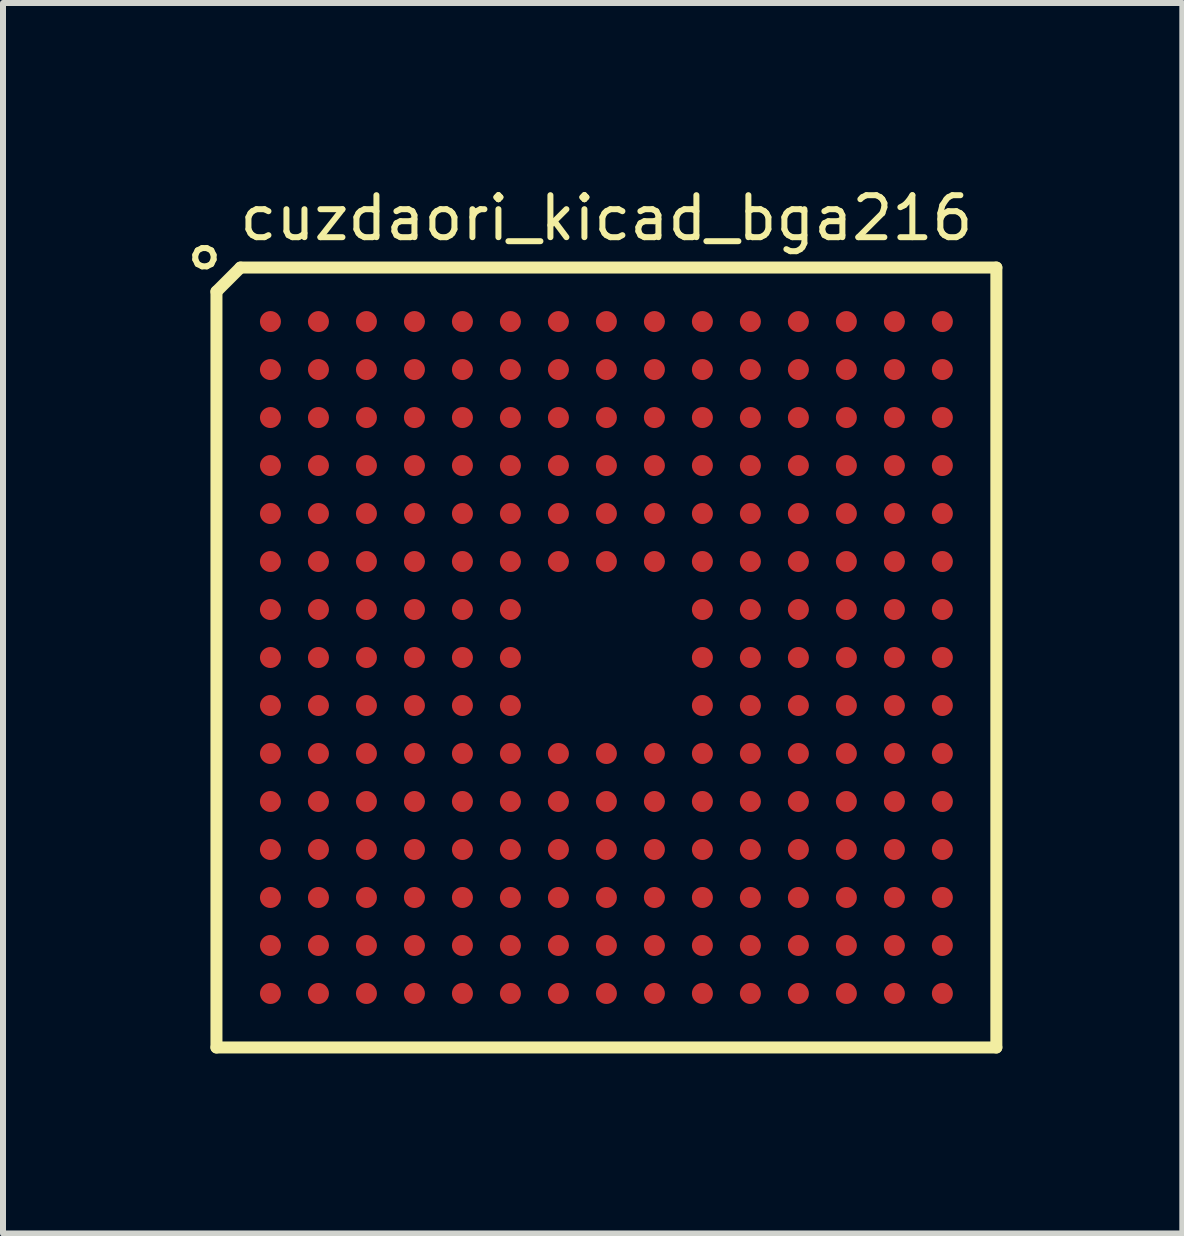
<source format=kicad_pcb>
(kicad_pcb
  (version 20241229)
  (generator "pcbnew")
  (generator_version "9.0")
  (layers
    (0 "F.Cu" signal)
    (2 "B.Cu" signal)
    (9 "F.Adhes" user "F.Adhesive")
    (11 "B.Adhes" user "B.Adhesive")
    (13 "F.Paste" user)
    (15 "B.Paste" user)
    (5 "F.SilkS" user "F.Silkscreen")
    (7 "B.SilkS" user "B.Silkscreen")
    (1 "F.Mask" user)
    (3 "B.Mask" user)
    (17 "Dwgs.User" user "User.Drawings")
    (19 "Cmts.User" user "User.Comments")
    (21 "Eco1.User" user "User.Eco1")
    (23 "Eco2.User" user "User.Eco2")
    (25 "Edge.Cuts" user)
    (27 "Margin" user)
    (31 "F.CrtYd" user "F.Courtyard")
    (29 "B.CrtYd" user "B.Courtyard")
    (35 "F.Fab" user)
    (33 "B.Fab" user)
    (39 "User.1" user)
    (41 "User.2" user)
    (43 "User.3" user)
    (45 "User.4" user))
  (footprint "cuzdaori_kicad_bga216"
    (layer "F.Cu")
    (at 7.058 7.91)
    (property "Reference" "cuzdaori_kicad_bga216" (at 0 -7.325 0) (layer "F.SilkS") (effects (font (size 0.7 0.7) (thickness 0.1))))
    (attr smd)
    (fp_line (start -6.5 -6.1) (end -6.1 -6.5) (stroke (width 0.2) (type solid)) (layer "F.SilkS"))
    (fp_line (start -6.5 6.5) (end -6.5 -6.1) (stroke (width 0.2) (type solid)) (layer "F.SilkS"))
    (fp_line (start -6.1 -6.5) (end 6.5 -6.5) (stroke (width 0.2) (type solid)) (layer "F.SilkS"))
    (fp_line (start 6.5 -6.5) (end 6.5 6.5) (stroke (width 0.2) (type solid)) (layer "F.SilkS"))
    (fp_line (start 6.5 6.5) (end -6.5 6.5) (stroke (width 0.2) (type solid)) (layer "F.SilkS"))
    (fp_text user "○" (at -6.7 -6.7 0) (layer "F.SilkS") (effects (font (size 0.4 0.4) (thickness 0.1))))
    (pad "A1" smd circle (at -5.6 -5.6) (size 0.35 0.35) (layers "F.Cu" "F.Mask" "F.Paste"))
    (pad "A2" smd circle (at -4.8 -5.6) (size 0.35 0.35) (layers "F.Cu" "F.Mask" "F.Paste"))
    (pad "A3" smd circle (at -4 -5.6) (size 0.35 0.35) (layers "F.Cu" "F.Mask" "F.Paste"))
    (pad "A4" smd circle (at -3.2 -5.6) (size 0.35 0.35) (layers "F.Cu" "F.Mask" "F.Paste"))
    (pad "A5" smd circle (at -2.4 -5.6) (size 0.35 0.35) (layers "F.Cu" "F.Mask" "F.Paste"))
    (pad "A6" smd circle (at -1.6 -5.6) (size 0.35 0.35) (layers "F.Cu" "F.Mask" "F.Paste"))
    (pad "A7" smd circle (at -0.8 -5.6) (size 0.35 0.35) (layers "F.Cu" "F.Mask" "F.Paste"))
    (pad "A8" smd circle (at 0 -5.6) (size 0.35 0.35) (layers "F.Cu" "F.Mask" "F.Paste"))
    (pad "A9" smd circle (at 0.8 -5.6) (size 0.35 0.35) (layers "F.Cu" "F.Mask" "F.Paste"))
    (pad "A10" smd circle (at 1.6 -5.6) (size 0.35 0.35) (layers "F.Cu" "F.Mask" "F.Paste"))
    (pad "A11" smd circle (at 2.4 -5.6) (size 0.35 0.35) (layers "F.Cu" "F.Mask" "F.Paste"))
    (pad "A12" smd circle (at 3.2 -5.6) (size 0.35 0.35) (layers "F.Cu" "F.Mask" "F.Paste"))
    (pad "A13" smd circle (at 4 -5.6) (size 0.35 0.35) (layers "F.Cu" "F.Mask" "F.Paste"))
    (pad "A14" smd circle (at 4.8 -5.6) (size 0.35 0.35) (layers "F.Cu" "F.Mask" "F.Paste"))
    (pad "A15" smd circle (at 5.6 -5.6) (size 0.35 0.35) (layers "F.Cu" "F.Mask" "F.Paste"))
    (pad "B1" smd circle (at -5.6 -4.8) (size 0.35 0.35) (layers "F.Cu" "F.Mask" "F.Paste"))
    (pad "B2" smd circle (at -4.8 -4.8) (size 0.35 0.35) (layers "F.Cu" "F.Mask" "F.Paste"))
    (pad "B3" smd circle (at -4 -4.8) (size 0.35 0.35) (layers "F.Cu" "F.Mask" "F.Paste"))
    (pad "B4" smd circle (at -3.2 -4.8) (size 0.35 0.35) (layers "F.Cu" "F.Mask" "F.Paste"))
    (pad "B5" smd circle (at -2.4 -4.8) (size 0.35 0.35) (layers "F.Cu" "F.Mask" "F.Paste"))
    (pad "B6" smd circle (at -1.6 -4.8) (size 0.35 0.35) (layers "F.Cu" "F.Mask" "F.Paste"))
    (pad "B7" smd circle (at -0.8 -4.8) (size 0.35 0.35) (layers "F.Cu" "F.Mask" "F.Paste"))
    (pad "B8" smd circle (at 0 -4.8) (size 0.35 0.35) (layers "F.Cu" "F.Mask" "F.Paste"))
    (pad "B9" smd circle (at 0.8 -4.8) (size 0.35 0.35) (layers "F.Cu" "F.Mask" "F.Paste"))
    (pad "B10" smd circle (at 1.6 -4.8) (size 0.35 0.35) (layers "F.Cu" "F.Mask" "F.Paste"))
    (pad "B11" smd circle (at 2.4 -4.8) (size 0.35 0.35) (layers "F.Cu" "F.Mask" "F.Paste"))
    (pad "B12" smd circle (at 3.2 -4.8) (size 0.35 0.35) (layers "F.Cu" "F.Mask" "F.Paste"))
    (pad "B13" smd circle (at 4 -4.8) (size 0.35 0.35) (layers "F.Cu" "F.Mask" "F.Paste"))
    (pad "B14" smd circle (at 4.8 -4.8) (size 0.35 0.35) (layers "F.Cu" "F.Mask" "F.Paste"))
    (pad "B15" smd circle (at 5.6 -4.8) (size 0.35 0.35) (layers "F.Cu" "F.Mask" "F.Paste"))
    (pad "C1" smd circle (at -5.6 -4) (size 0.35 0.35) (layers "F.Cu" "F.Mask" "F.Paste"))
    (pad "C2" smd circle (at -4.8 -4) (size 0.35 0.35) (layers "F.Cu" "F.Mask" "F.Paste"))
    (pad "C3" smd circle (at -4 -4) (size 0.35 0.35) (layers "F.Cu" "F.Mask" "F.Paste"))
    (pad "C4" smd circle (at -3.2 -4) (size 0.35 0.35) (layers "F.Cu" "F.Mask" "F.Paste"))
    (pad "C5" smd circle (at -2.4 -4) (size 0.35 0.35) (layers "F.Cu" "F.Mask" "F.Paste"))
    (pad "C6" smd circle (at -1.6 -4) (size 0.35 0.35) (layers "F.Cu" "F.Mask" "F.Paste"))
    (pad "C7" smd circle (at -0.8 -4) (size 0.35 0.35) (layers "F.Cu" "F.Mask" "F.Paste"))
    (pad "C8" smd circle (at 0 -4) (size 0.35 0.35) (layers "F.Cu" "F.Mask" "F.Paste"))
    (pad "C9" smd circle (at 0.8 -4) (size 0.35 0.35) (layers "F.Cu" "F.Mask" "F.Paste"))
    (pad "C10" smd circle (at 1.6 -4) (size 0.35 0.35) (layers "F.Cu" "F.Mask" "F.Paste"))
    (pad "C11" smd circle (at 2.4 -4) (size 0.35 0.35) (layers "F.Cu" "F.Mask" "F.Paste"))
    (pad "C12" smd circle (at 3.2 -4) (size 0.35 0.35) (layers "F.Cu" "F.Mask" "F.Paste"))
    (pad "C13" smd circle (at 4 -4) (size 0.35 0.35) (layers "F.Cu" "F.Mask" "F.Paste"))
    (pad "C14" smd circle (at 4.8 -4) (size 0.35 0.35) (layers "F.Cu" "F.Mask" "F.Paste"))
    (pad "C15" smd circle (at 5.6 -4) (size 0.35 0.35) (layers "F.Cu" "F.Mask" "F.Paste"))
    (pad "D1" smd circle (at -5.6 -3.2) (size 0.35 0.35) (layers "F.Cu" "F.Mask" "F.Paste"))
    (pad "D2" smd circle (at -4.8 -3.2) (size 0.35 0.35) (layers "F.Cu" "F.Mask" "F.Paste"))
    (pad "D3" smd circle (at -4 -3.2) (size 0.35 0.35) (layers "F.Cu" "F.Mask" "F.Paste"))
    (pad "D4" smd circle (at -3.2 -3.2) (size 0.35 0.35) (layers "F.Cu" "F.Mask" "F.Paste"))
    (pad "D5" smd circle (at -2.4 -3.2) (size 0.35 0.35) (layers "F.Cu" "F.Mask" "F.Paste"))
    (pad "D6" smd circle (at -1.6 -3.2) (size 0.35 0.35) (layers "F.Cu" "F.Mask" "F.Paste"))
    (pad "D7" smd circle (at -0.8 -3.2) (size 0.35 0.35) (layers "F.Cu" "F.Mask" "F.Paste"))
    (pad "D8" smd circle (at 0 -3.2) (size 0.35 0.35) (layers "F.Cu" "F.Mask" "F.Paste"))
    (pad "D9" smd circle (at 0.8 -3.2) (size 0.35 0.35) (layers "F.Cu" "F.Mask" "F.Paste"))
    (pad "D10" smd circle (at 1.6 -3.2) (size 0.35 0.35) (layers "F.Cu" "F.Mask" "F.Paste"))
    (pad "D11" smd circle (at 2.4 -3.2) (size 0.35 0.35) (layers "F.Cu" "F.Mask" "F.Paste"))
    (pad "D12" smd circle (at 3.2 -3.2) (size 0.35 0.35) (layers "F.Cu" "F.Mask" "F.Paste"))
    (pad "D13" smd circle (at 4 -3.2) (size 0.35 0.35) (layers "F.Cu" "F.Mask" "F.Paste"))
    (pad "D14" smd circle (at 4.8 -3.2) (size 0.35 0.35) (layers "F.Cu" "F.Mask" "F.Paste"))
    (pad "D15" smd circle (at 5.6 -3.2) (size 0.35 0.35) (layers "F.Cu" "F.Mask" "F.Paste"))
    (pad "E1" smd circle (at -5.6 -2.4) (size 0.35 0.35) (layers "F.Cu" "F.Mask" "F.Paste"))
    (pad "E2" smd circle (at -4.8 -2.4) (size 0.35 0.35) (layers "F.Cu" "F.Mask" "F.Paste"))
    (pad "E3" smd circle (at -4 -2.4) (size 0.35 0.35) (layers "F.Cu" "F.Mask" "F.Paste"))
    (pad "E4" smd circle (at -3.2 -2.4) (size 0.35 0.35) (layers "F.Cu" "F.Mask" "F.Paste"))
    (pad "E5" smd circle (at -2.4 -2.4) (size 0.35 0.35) (layers "F.Cu" "F.Mask" "F.Paste"))
    (pad "E6" smd circle (at -1.6 -2.4) (size 0.35 0.35) (layers "F.Cu" "F.Mask" "F.Paste"))
    (pad "E7" smd circle (at -0.8 -2.4) (size 0.35 0.35) (layers "F.Cu" "F.Mask" "F.Paste"))
    (pad "E8" smd circle (at 0 -2.4) (size 0.35 0.35) (layers "F.Cu" "F.Mask" "F.Paste"))
    (pad "E9" smd circle (at 0.8 -2.4) (size 0.35 0.35) (layers "F.Cu" "F.Mask" "F.Paste"))
    (pad "E10" smd circle (at 1.6 -2.4) (size 0.35 0.35) (layers "F.Cu" "F.Mask" "F.Paste"))
    (pad "E11" smd circle (at 2.4 -2.4) (size 0.35 0.35) (layers "F.Cu" "F.Mask" "F.Paste"))
    (pad "E12" smd circle (at 3.2 -2.4) (size 0.35 0.35) (layers "F.Cu" "F.Mask" "F.Paste"))
    (pad "E13" smd circle (at 4 -2.4) (size 0.35 0.35) (layers "F.Cu" "F.Mask" "F.Paste"))
    (pad "E14" smd circle (at 4.8 -2.4) (size 0.35 0.35) (layers "F.Cu" "F.Mask" "F.Paste"))
    (pad "E15" smd circle (at 5.6 -2.4) (size 0.35 0.35) (layers "F.Cu" "F.Mask" "F.Paste"))
    (pad "F1" smd circle (at -5.6 -1.6) (size 0.35 0.35) (layers "F.Cu" "F.Mask" "F.Paste"))
    (pad "F2" smd circle (at -4.8 -1.6) (size 0.35 0.35) (layers "F.Cu" "F.Mask" "F.Paste"))
    (pad "F3" smd circle (at -4 -1.6) (size 0.35 0.35) (layers "F.Cu" "F.Mask" "F.Paste"))
    (pad "F4" smd circle (at -3.2 -1.6) (size 0.35 0.35) (layers "F.Cu" "F.Mask" "F.Paste"))
    (pad "F5" smd circle (at -2.4 -1.6) (size 0.35 0.35) (layers "F.Cu" "F.Mask" "F.Paste"))
    (pad "F6" smd circle (at -1.6 -1.6) (size 0.35 0.35) (layers "F.Cu" "F.Mask" "F.Paste"))
    (pad "F7" smd circle (at -0.8 -1.6) (size 0.35 0.35) (layers "F.Cu" "F.Mask" "F.Paste"))
    (pad "F8" smd circle (at 0 -1.6) (size 0.35 0.35) (layers "F.Cu" "F.Mask" "F.Paste"))
    (pad "F9" smd circle (at 0.8 -1.6) (size 0.35 0.35) (layers "F.Cu" "F.Mask" "F.Paste"))
    (pad "F10" smd circle (at 1.6 -1.6) (size 0.35 0.35) (layers "F.Cu" "F.Mask" "F.Paste"))
    (pad "F11" smd circle (at 2.4 -1.6) (size 0.35 0.35) (layers "F.Cu" "F.Mask" "F.Paste"))
    (pad "F12" smd circle (at 3.2 -1.6) (size 0.35 0.35) (layers "F.Cu" "F.Mask" "F.Paste"))
    (pad "F13" smd circle (at 4 -1.6) (size 0.35 0.35) (layers "F.Cu" "F.Mask" "F.Paste"))
    (pad "F14" smd circle (at 4.8 -1.6) (size 0.35 0.35) (layers "F.Cu" "F.Mask" "F.Paste"))
    (pad "F15" smd circle (at 5.6 -1.6) (size 0.35 0.35) (layers "F.Cu" "F.Mask" "F.Paste"))
    (pad "G1" smd circle (at -5.6 -0.8) (size 0.35 0.35) (layers "F.Cu" "F.Mask" "F.Paste"))
    (pad "G2" smd circle (at -4.8 -0.8) (size 0.35 0.35) (layers "F.Cu" "F.Mask" "F.Paste"))
    (pad "G3" smd circle (at -4 -0.8) (size 0.35 0.35) (layers "F.Cu" "F.Mask" "F.Paste"))
    (pad "G4" smd circle (at -3.2 -0.8) (size 0.35 0.35) (layers "F.Cu" "F.Mask" "F.Paste"))
    (pad "G5" smd circle (at -2.4 -0.8) (size 0.35 0.35) (layers "F.Cu" "F.Mask" "F.Paste"))
    (pad "G6" smd circle (at -1.6 -0.8) (size 0.35 0.35) (layers "F.Cu" "F.Mask" "F.Paste"))
    (pad "G10" smd circle (at 1.6 -0.8) (size 0.35 0.35) (layers "F.Cu" "F.Mask" "F.Paste"))
    (pad "G11" smd circle (at 2.4 -0.8) (size 0.35 0.35) (layers "F.Cu" "F.Mask" "F.Paste"))
    (pad "G12" smd circle (at 3.2 -0.8) (size 0.35 0.35) (layers "F.Cu" "F.Mask" "F.Paste"))
    (pad "G13" smd circle (at 4 -0.8) (size 0.35 0.35) (layers "F.Cu" "F.Mask" "F.Paste"))
    (pad "G14" smd circle (at 4.8 -0.8) (size 0.35 0.35) (layers "F.Cu" "F.Mask" "F.Paste"))
    (pad "G15" smd circle (at 5.6 -0.8) (size 0.35 0.35) (layers "F.Cu" "F.Mask" "F.Paste"))
    (pad "H1" smd circle (at -5.6 0) (size 0.35 0.35) (layers "F.Cu" "F.Mask" "F.Paste"))
    (pad "H2" smd circle (at -4.8 0) (size 0.35 0.35) (layers "F.Cu" "F.Mask" "F.Paste"))
    (pad "H3" smd circle (at -4 0) (size 0.35 0.35) (layers "F.Cu" "F.Mask" "F.Paste"))
    (pad "H4" smd circle (at -3.2 0) (size 0.35 0.35) (layers "F.Cu" "F.Mask" "F.Paste"))
    (pad "H5" smd circle (at -2.4 0) (size 0.35 0.35) (layers "F.Cu" "F.Mask" "F.Paste"))
    (pad "H6" smd circle (at -1.6 0) (size 0.35 0.35) (layers "F.Cu" "F.Mask" "F.Paste"))
    (pad "H10" smd circle (at 1.6 0) (size 0.35 0.35) (layers "F.Cu" "F.Mask" "F.Paste"))
    (pad "H11" smd circle (at 2.4 0) (size 0.35 0.35) (layers "F.Cu" "F.Mask" "F.Paste"))
    (pad "H12" smd circle (at 3.2 0) (size 0.35 0.35) (layers "F.Cu" "F.Mask" "F.Paste"))
    (pad "H13" smd circle (at 4 0) (size 0.35 0.35) (layers "F.Cu" "F.Mask" "F.Paste"))
    (pad "H14" smd circle (at 4.8 0) (size 0.35 0.35) (layers "F.Cu" "F.Mask" "F.Paste"))
    (pad "H15" smd circle (at 5.6 0) (size 0.35 0.35) (layers "F.Cu" "F.Mask" "F.Paste"))
    (pad "J1" smd circle (at -5.6 0.8) (size 0.35 0.35) (layers "F.Cu" "F.Mask" "F.Paste"))
    (pad "J2" smd circle (at -4.8 0.8) (size 0.35 0.35) (layers "F.Cu" "F.Mask" "F.Paste"))
    (pad "J3" smd circle (at -4 0.8) (size 0.35 0.35) (layers "F.Cu" "F.Mask" "F.Paste"))
    (pad "J4" smd circle (at -3.2 0.8) (size 0.35 0.35) (layers "F.Cu" "F.Mask" "F.Paste"))
    (pad "J5" smd circle (at -2.4 0.8) (size 0.35 0.35) (layers "F.Cu" "F.Mask" "F.Paste"))
    (pad "J6" smd circle (at -1.6 0.8) (size 0.35 0.35) (layers "F.Cu" "F.Mask" "F.Paste"))
    (pad "J10" smd circle (at 1.6 0.8) (size 0.35 0.35) (layers "F.Cu" "F.Mask" "F.Paste"))
    (pad "J11" smd circle (at 2.4 0.8) (size 0.35 0.35) (layers "F.Cu" "F.Mask" "F.Paste"))
    (pad "J12" smd circle (at 3.2 0.8) (size 0.35 0.35) (layers "F.Cu" "F.Mask" "F.Paste"))
    (pad "J13" smd circle (at 4 0.8) (size 0.35 0.35) (layers "F.Cu" "F.Mask" "F.Paste"))
    (pad "J14" smd circle (at 4.8 0.8) (size 0.35 0.35) (layers "F.Cu" "F.Mask" "F.Paste"))
    (pad "J15" smd circle (at 5.6 0.8) (size 0.35 0.35) (layers "F.Cu" "F.Mask" "F.Paste"))
    (pad "K1" smd circle (at -5.6 1.6) (size 0.35 0.35) (layers "F.Cu" "F.Mask" "F.Paste"))
    (pad "K2" smd circle (at -4.8 1.6) (size 0.35 0.35) (layers "F.Cu" "F.Mask" "F.Paste"))
    (pad "K3" smd circle (at -4 1.6) (size 0.35 0.35) (layers "F.Cu" "F.Mask" "F.Paste"))
    (pad "K4" smd circle (at -3.2 1.6) (size 0.35 0.35) (layers "F.Cu" "F.Mask" "F.Paste"))
    (pad "K5" smd circle (at -2.4 1.6) (size 0.35 0.35) (layers "F.Cu" "F.Mask" "F.Paste"))
    (pad "K6" smd circle (at -1.6 1.6) (size 0.35 0.35) (layers "F.Cu" "F.Mask" "F.Paste"))
    (pad "K7" smd circle (at -0.8 1.6) (size 0.35 0.35) (layers "F.Cu" "F.Mask" "F.Paste"))
    (pad "K8" smd circle (at 0 1.6) (size 0.35 0.35) (layers "F.Cu" "F.Mask" "F.Paste"))
    (pad "K9" smd circle (at 0.8 1.6) (size 0.35 0.35) (layers "F.Cu" "F.Mask" "F.Paste"))
    (pad "K10" smd circle (at 1.6 1.6) (size 0.35 0.35) (layers "F.Cu" "F.Mask" "F.Paste"))
    (pad "K11" smd circle (at 2.4 1.6) (size 0.35 0.35) (layers "F.Cu" "F.Mask" "F.Paste"))
    (pad "K12" smd circle (at 3.2 1.6) (size 0.35 0.35) (layers "F.Cu" "F.Mask" "F.Paste"))
    (pad "K13" smd circle (at 4 1.6) (size 0.35 0.35) (layers "F.Cu" "F.Mask" "F.Paste"))
    (pad "K14" smd circle (at 4.8 1.6) (size 0.35 0.35) (layers "F.Cu" "F.Mask" "F.Paste"))
    (pad "K15" smd circle (at 5.6 1.6) (size 0.35 0.35) (layers "F.Cu" "F.Mask" "F.Paste"))
    (pad "L1" smd circle (at -5.6 2.4) (size 0.35 0.35) (layers "F.Cu" "F.Mask" "F.Paste"))
    (pad "L2" smd circle (at -4.8 2.4) (size 0.35 0.35) (layers "F.Cu" "F.Mask" "F.Paste"))
    (pad "L3" smd circle (at -4 2.4) (size 0.35 0.35) (layers "F.Cu" "F.Mask" "F.Paste"))
    (pad "L4" smd circle (at -3.2 2.4) (size 0.35 0.35) (layers "F.Cu" "F.Mask" "F.Paste"))
    (pad "L5" smd circle (at -2.4 2.4) (size 0.35 0.35) (layers "F.Cu" "F.Mask" "F.Paste"))
    (pad "L6" smd circle (at -1.6 2.4) (size 0.35 0.35) (layers "F.Cu" "F.Mask" "F.Paste"))
    (pad "L7" smd circle (at -0.8 2.4) (size 0.35 0.35) (layers "F.Cu" "F.Mask" "F.Paste"))
    (pad "L8" smd circle (at 0 2.4) (size 0.35 0.35) (layers "F.Cu" "F.Mask" "F.Paste"))
    (pad "L9" smd circle (at 0.8 2.4) (size 0.35 0.35) (layers "F.Cu" "F.Mask" "F.Paste"))
    (pad "L10" smd circle (at 1.6 2.4) (size 0.35 0.35) (layers "F.Cu" "F.Mask" "F.Paste"))
    (pad "L11" smd circle (at 2.4 2.4) (size 0.35 0.35) (layers "F.Cu" "F.Mask" "F.Paste"))
    (pad "L12" smd circle (at 3.2 2.4) (size 0.35 0.35) (layers "F.Cu" "F.Mask" "F.Paste"))
    (pad "L13" smd circle (at 4 2.4) (size 0.35 0.35) (layers "F.Cu" "F.Mask" "F.Paste"))
    (pad "L14" smd circle (at 4.8 2.4) (size 0.35 0.35) (layers "F.Cu" "F.Mask" "F.Paste"))
    (pad "L15" smd circle (at 5.6 2.4) (size 0.35 0.35) (layers "F.Cu" "F.Mask" "F.Paste"))
    (pad "M1" smd circle (at -5.6 3.2) (size 0.35 0.35) (layers "F.Cu" "F.Mask" "F.Paste"))
    (pad "M2" smd circle (at -4.8 3.2) (size 0.35 0.35) (layers "F.Cu" "F.Mask" "F.Paste"))
    (pad "M3" smd circle (at -4 3.2) (size 0.35 0.35) (layers "F.Cu" "F.Mask" "F.Paste"))
    (pad "M4" smd circle (at -3.2 3.2) (size 0.35 0.35) (layers "F.Cu" "F.Mask" "F.Paste"))
    (pad "M5" smd circle (at -2.4 3.2) (size 0.35 0.35) (layers "F.Cu" "F.Mask" "F.Paste"))
    (pad "M6" smd circle (at -1.6 3.2) (size 0.35 0.35) (layers "F.Cu" "F.Mask" "F.Paste"))
    (pad "M7" smd circle (at -0.8 3.2) (size 0.35 0.35) (layers "F.Cu" "F.Mask" "F.Paste"))
    (pad "M8" smd circle (at 0 3.2) (size 0.35 0.35) (layers "F.Cu" "F.Mask" "F.Paste"))
    (pad "M9" smd circle (at 0.8 3.2) (size 0.35 0.35) (layers "F.Cu" "F.Mask" "F.Paste"))
    (pad "M10" smd circle (at 1.6 3.2) (size 0.35 0.35) (layers "F.Cu" "F.Mask" "F.Paste"))
    (pad "M11" smd circle (at 2.4 3.2) (size 0.35 0.35) (layers "F.Cu" "F.Mask" "F.Paste"))
    (pad "M12" smd circle (at 3.2 3.2) (size 0.35 0.35) (layers "F.Cu" "F.Mask" "F.Paste"))
    (pad "M13" smd circle (at 4 3.2) (size 0.35 0.35) (layers "F.Cu" "F.Mask" "F.Paste"))
    (pad "M14" smd circle (at 4.8 3.2) (size 0.35 0.35) (layers "F.Cu" "F.Mask" "F.Paste"))
    (pad "M15" smd circle (at 5.6 3.2) (size 0.35 0.35) (layers "F.Cu" "F.Mask" "F.Paste"))
    (pad "N1" smd circle (at -5.6 4) (size 0.35 0.35) (layers "F.Cu" "F.Mask" "F.Paste"))
    (pad "N2" smd circle (at -4.8 4) (size 0.35 0.35) (layers "F.Cu" "F.Mask" "F.Paste"))
    (pad "N3" smd circle (at -4 4) (size 0.35 0.35) (layers "F.Cu" "F.Mask" "F.Paste"))
    (pad "N4" smd circle (at -3.2 4) (size 0.35 0.35) (layers "F.Cu" "F.Mask" "F.Paste"))
    (pad "N5" smd circle (at -2.4 4) (size 0.35 0.35) (layers "F.Cu" "F.Mask" "F.Paste"))
    (pad "N6" smd circle (at -1.6 4) (size 0.35 0.35) (layers "F.Cu" "F.Mask" "F.Paste"))
    (pad "N7" smd circle (at -0.8 4) (size 0.35 0.35) (layers "F.Cu" "F.Mask" "F.Paste"))
    (pad "N8" smd circle (at 0 4) (size 0.35 0.35) (layers "F.Cu" "F.Mask" "F.Paste"))
    (pad "N9" smd circle (at 0.8 4) (size 0.35 0.35) (layers "F.Cu" "F.Mask" "F.Paste"))
    (pad "N10" smd circle (at 1.6 4) (size 0.35 0.35) (layers "F.Cu" "F.Mask" "F.Paste"))
    (pad "N11" smd circle (at 2.4 4) (size 0.35 0.35) (layers "F.Cu" "F.Mask" "F.Paste"))
    (pad "N12" smd circle (at 3.2 4) (size 0.35 0.35) (layers "F.Cu" "F.Mask" "F.Paste"))
    (pad "N13" smd circle (at 4 4) (size 0.35 0.35) (layers "F.Cu" "F.Mask" "F.Paste"))
    (pad "N14" smd circle (at 4.8 4) (size 0.35 0.35) (layers "F.Cu" "F.Mask" "F.Paste"))
    (pad "N15" smd circle (at 5.6 4) (size 0.35 0.35) (layers "F.Cu" "F.Mask" "F.Paste"))
    (pad "P1" smd circle (at -5.6 4.8) (size 0.35 0.35) (layers "F.Cu" "F.Mask" "F.Paste"))
    (pad "P2" smd circle (at -4.8 4.8) (size 0.35 0.35) (layers "F.Cu" "F.Mask" "F.Paste"))
    (pad "P3" smd circle (at -4 4.8) (size 0.35 0.35) (layers "F.Cu" "F.Mask" "F.Paste"))
    (pad "P4" smd circle (at -3.2 4.8) (size 0.35 0.35) (layers "F.Cu" "F.Mask" "F.Paste"))
    (pad "P5" smd circle (at -2.4 4.8) (size 0.35 0.35) (layers "F.Cu" "F.Mask" "F.Paste"))
    (pad "P6" smd circle (at -1.6 4.8) (size 0.35 0.35) (layers "F.Cu" "F.Mask" "F.Paste"))
    (pad "P7" smd circle (at -0.8 4.8) (size 0.35 0.35) (layers "F.Cu" "F.Mask" "F.Paste"))
    (pad "P8" smd circle (at 0 4.8) (size 0.35 0.35) (layers "F.Cu" "F.Mask" "F.Paste"))
    (pad "P9" smd circle (at 0.8 4.8) (size 0.35 0.35) (layers "F.Cu" "F.Mask" "F.Paste"))
    (pad "P10" smd circle (at 1.6 4.8) (size 0.35 0.35) (layers "F.Cu" "F.Mask" "F.Paste"))
    (pad "P11" smd circle (at 2.4 4.8) (size 0.35 0.35) (layers "F.Cu" "F.Mask" "F.Paste"))
    (pad "P12" smd circle (at 3.2 4.8) (size 0.35 0.35) (layers "F.Cu" "F.Mask" "F.Paste"))
    (pad "P13" smd circle (at 4 4.8) (size 0.35 0.35) (layers "F.Cu" "F.Mask" "F.Paste"))
    (pad "P14" smd circle (at 4.8 4.8) (size 0.35 0.35) (layers "F.Cu" "F.Mask" "F.Paste"))
    (pad "P15" smd circle (at 5.6 4.8) (size 0.35 0.35) (layers "F.Cu" "F.Mask" "F.Paste"))
    (pad "R1" smd circle (at -5.6 5.6) (size 0.35 0.35) (layers "F.Cu" "F.Mask" "F.Paste"))
    (pad "R2" smd circle (at -4.8 5.6) (size 0.35 0.35) (layers "F.Cu" "F.Mask" "F.Paste"))
    (pad "R3" smd circle (at -4 5.6) (size 0.35 0.35) (layers "F.Cu" "F.Mask" "F.Paste"))
    (pad "R4" smd circle (at -3.2 5.6) (size 0.35 0.35) (layers "F.Cu" "F.Mask" "F.Paste"))
    (pad "R5" smd circle (at -2.4 5.6) (size 0.35 0.35) (layers "F.Cu" "F.Mask" "F.Paste"))
    (pad "R6" smd circle (at -1.6 5.6) (size 0.35 0.35) (layers "F.Cu" "F.Mask" "F.Paste"))
    (pad "R7" smd circle (at -0.8 5.6) (size 0.35 0.35) (layers "F.Cu" "F.Mask" "F.Paste"))
    (pad "R8" smd circle (at 0 5.6) (size 0.35 0.35) (layers "F.Cu" "F.Mask" "F.Paste"))
    (pad "R9" smd circle (at 0.8 5.6) (size 0.35 0.35) (layers "F.Cu" "F.Mask" "F.Paste"))
    (pad "R10" smd circle (at 1.6 5.6) (size 0.35 0.35) (layers "F.Cu" "F.Mask" "F.Paste"))
    (pad "R11" smd circle (at 2.4 5.6) (size 0.35 0.35) (layers "F.Cu" "F.Mask" "F.Paste"))
    (pad "R12" smd circle (at 3.2 5.6) (size 0.35 0.35) (layers "F.Cu" "F.Mask" "F.Paste"))
    (pad "R13" smd circle (at 4 5.6) (size 0.35 0.35) (layers "F.Cu" "F.Mask" "F.Paste"))
    (pad "R14" smd circle (at 4.8 5.6) (size 0.35 0.35) (layers "F.Cu" "F.Mask" "F.Paste"))
    (pad "R15" smd circle (at 5.6 5.6) (size 0.35 0.35) (layers "F.Cu" "F.Mask" "F.Paste")))
  (gr_rect
    (start -3 -3)
    (end 16.658 17.51)
    (stroke (width 0.1) (type default))
    (fill no)
    (layer "Edge.Cuts")))
</source>
